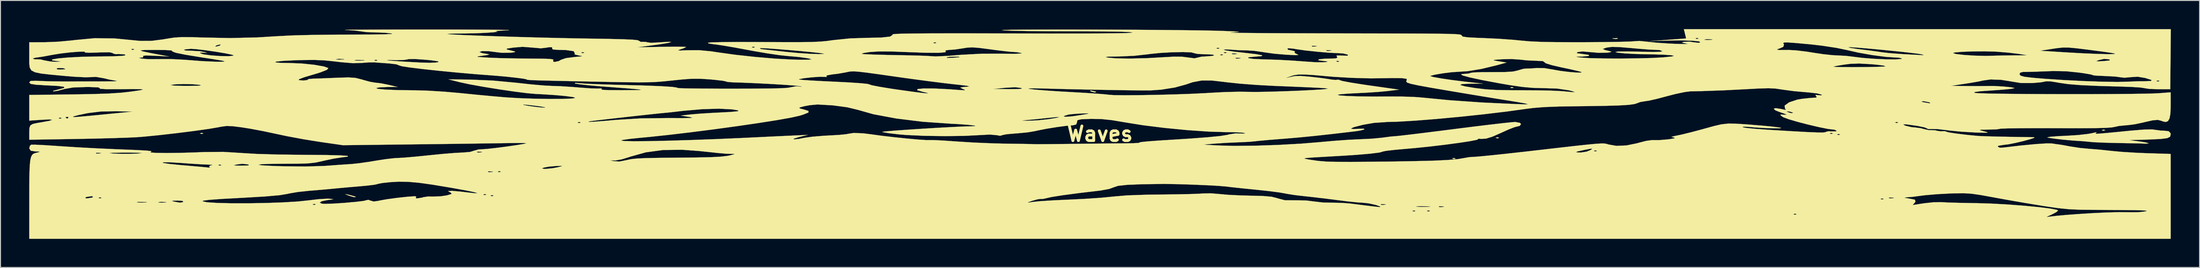
<source format=kicad_pcb>
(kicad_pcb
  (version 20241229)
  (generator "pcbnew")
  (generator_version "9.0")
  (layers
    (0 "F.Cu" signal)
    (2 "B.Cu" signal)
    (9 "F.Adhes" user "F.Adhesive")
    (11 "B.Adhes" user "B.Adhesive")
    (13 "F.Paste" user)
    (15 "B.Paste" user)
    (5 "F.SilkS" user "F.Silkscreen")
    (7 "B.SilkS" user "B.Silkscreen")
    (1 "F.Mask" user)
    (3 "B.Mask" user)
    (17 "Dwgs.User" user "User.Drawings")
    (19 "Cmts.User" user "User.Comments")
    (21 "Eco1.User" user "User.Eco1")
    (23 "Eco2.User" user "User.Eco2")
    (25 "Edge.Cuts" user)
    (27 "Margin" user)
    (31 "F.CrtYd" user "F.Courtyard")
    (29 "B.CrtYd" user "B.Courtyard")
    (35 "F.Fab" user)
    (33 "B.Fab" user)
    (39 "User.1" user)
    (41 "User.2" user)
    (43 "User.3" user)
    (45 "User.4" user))
  (footprint "Waves"
    (layer "F.Cu")
    (at 111.843 10.989)
    (property "Reference" "Waves" (at 0 0 0) (layer "F.SilkS") (effects (font (size 1.524 1.524) (thickness 0.3))))
    (attr through_hole)
    (fp_poly (pts (xy -93.639 -0.057) (xy -93.828 0) (xy -94.018 -0.057) (xy -93.828 -0.114) (xy -93.639 -0.057)) (stroke (width 0.01) (type solid)) (fill yes) (layer "F.SilkS"))
    (fp_poly (pts (xy 37.152 2.574) (xy 36.963 2.632) (xy 36.773 2.574) (xy 36.963 2.517) (xy 37.152 2.574)) (stroke (width 0.01) (type solid)) (fill yes) (layer "F.SilkS"))
    (fp_poly (pts (xy 41.701 0.4) (xy 41.512 0.458) (xy 41.322 0.4) (xy 41.512 0.343) (xy 41.701 0.4)) (stroke (width 0.01) (type solid)) (fill yes) (layer "F.SilkS"))
    (fp_poly (pts (xy 43.218 -4.863) (xy 43.028 -4.805) (xy 42.839 -4.863) (xy 43.028 -4.92) (xy 43.218 -4.863)) (stroke (width 0.01) (type solid)) (fill yes) (layer "F.SilkS"))
    (fp_poly (pts (xy 105.012 -0.4) (xy 104.822 -0.343) (xy 104.633 -0.4) (xy 104.822 -0.458) (xy 105.012 -0.4)) (stroke (width 0.01) (type solid)) (fill yes) (layer "F.SilkS"))
    (fp_poly (pts (xy 54.086 -10.03) (xy 54.034 -9.962) (xy 53.833 -9.954) (xy 53.521 -9.996) (xy 53.58 -10.03) (xy 54.03 -10.044) (xy 54.086 -10.03)) (stroke (width 0.01) (type solid)) (fill yes) (layer "F.SilkS"))
    (fp_poly (pts (xy -0.817 -4.53) (xy -0.413 -4.424) (xy -0.379 -4.398) (xy -0.559 -4.351) (xy -0.934 -4.457) (xy -0.984 -4.48) (xy -1.029 -4.558) (xy -0.817 -4.53)) (stroke (width 0.01) (type solid)) (fill yes) (layer "F.SilkS"))
    (fp_poly (pts (xy -78.655 6.329) (xy -78.38 6.393) (xy -77.855 6.534) (xy -77.716 6.593) (xy -77.901 6.627) (xy -78.405 6.48) (xy -78.523 6.436) (xy -78.851 6.3) (xy -78.655 6.329)) (stroke (width 0.01) (type solid)) (fill yes) (layer "F.SilkS"))
    (fp_poly (pts (xy 110.111 -0.45) (xy 110.776 -0.357) (xy 111.153 -0.343) (xy 111.633 -0.287) (xy 111.821 -0.083) (xy 111.836 0.055) (xy 111.774 0.289) (xy 111.486 0.436) (xy 110.819 0.523) (xy 109.622 0.58) (xy 108.803 0.604) (xy 107.476 0.64) (xy 108.519 0.775) (xy 109.298 0.899) (xy 109.557 0.988) (xy 109.22 1.013) (xy 109.087 1.008) (xy 108.472 0.99) (xy 107.368 0.967) (xy 106.339 0.948) (xy 105.018 0.916) (xy 103.957 0.872) (xy 103.496 0.838) (xy 102.763 0.764) (xy 102.548 0.75) (xy 101.606 0.689) (xy 100.537 0.589) (xy 99.59 0.478) (xy 99.016 0.384) (xy 98.946 0.355) (xy 99.287 0.29) (xy 100.16 0.224) (xy 100.894 0.191) (xy 102.183 0.111) (xy 103.259 -0.013) (xy 103.613 -0.082) (xy 104.065 -0.18) (xy 104.088 -0.134) (xy 104.082 -0.131) (xy 103.965 -0.057) (xy 104.05 -0.025) (xy 104.449 -0.041) (xy 105.277 -0.113) (xy 106.648 -0.247) (xy 107.666 -0.349) (xy 109.03 -0.46) (xy 109.902 -0.478) (xy 110.111 -0.45)) (stroke (width 0.01) (type solid)) (fill yes) (layer "F.SilkS"))
    (fp_poly (pts (xy 111.796 -4.691) (xy 110.521 -4.691) (xy 109.623 -4.72) (xy 109.134 -4.792) (xy 109.119 -4.801) (xy 108.705 -4.866) (xy 107.746 -4.928) (xy 106.528 -4.97) (xy 104.163 -5.039) (xy 102.415 -5.12) (xy 101.141 -5.224) (xy 100.201 -5.359) (xy 100.015 -5.396) (xy 99.271 -5.514) (xy 98.812 -5.516) (xy 98.791 -5.509) (xy 98.305 -5.417) (xy 97.421 -5.337) (xy 97.4 -5.336) (xy 96.19 -5.338) (xy 95.256 -5.492) (xy 94.125 -5.675) (xy 93.031 -5.712) (xy 92.282 -5.609) (xy 91.729 -5.491) (xy 90.788 -5.329) (xy 90.405 -5.27) (xy 88.9 -5.043) (xy 90.606 -5.025) (xy 91.72 -5.019) (xy 92.516 -5.024) (xy 92.677 -5.029) (xy 93.408 -5.027) (xy 94.33 -4.975) (xy 95.138 -4.896) (xy 95.53 -4.814) (xy 95.534 -4.806) (xy 95.194 -4.732) (xy 94.307 -4.642) (xy 93.238 -4.566) (xy 91.953 -4.476) (xy 91.348 -4.393) (xy 91.344 -4.308) (xy 91.361 -4.303) (xy 91.851 -4.266) (xy 92.971 -4.235) (xy 94.595 -4.21) (xy 96.593 -4.191) (xy 98.839 -4.179) (xy 101.206 -4.174) (xy 103.564 -4.176) (xy 105.788 -4.185) (xy 107.749 -4.201) (xy 109.32 -4.225) (xy 110.372 -4.257) (xy 110.604 -4.271) (xy 111.836 -4.366) (xy 111.836 -2.812) (xy 111.808 -2.115) (xy 111.718 -1.631) (xy 111.557 -1.349) (xy 111.315 -1.253) (xy 110.984 -1.329) (xy 110.888 -1.373) (xy 110.516 -1.474) (xy 109.976 -1.434) (xy 109.11 -1.241) (xy 108.957 -1.201) (xy 108.075 -1.014) (xy 107.32 -0.918) (xy 107.219 -0.915) (xy 106.43 -0.839) (xy 106.032 -0.749) (xy 105.663 -0.683) (xy 104.994 -0.638) (xy 103.917 -0.612) (xy 102.318 -0.601) (xy 100.087 -0.605) (xy 99.75 -0.606) (xy 97.763 -0.609) (xy 96.074 -0.601) (xy 94.816 -0.584) (xy 94.117 -0.559) (xy 94.018 -0.543) (xy 93.687 -0.485) (xy 92.882 -0.458) (xy 92.808 -0.458) (xy 92.014 -0.449) (xy 91.886 -0.401) (xy 92.332 -0.279) (xy 92.334 -0.278) (xy 92.722 -0.171) (xy 92.634 -0.129) (xy 91.958 -0.138) (xy 91.364 -0.158) (xy 89.984 -0.239) (xy 88.688 -0.367) (xy 88.431 -0.402) (xy 87.521 -0.507) (xy 86.878 -0.523) (xy 86.82 -0.516) (xy 86.467 -0.522) (xy 86.436 -0.562) (xy 86.132 -0.691) (xy 85.393 -0.843) (xy 85.317 -0.855) (xy 84.302 -0.998) (xy 83.891 -1.011) (xy 84.061 -0.896) (xy 84.161 -0.858) (xy 84.782 -0.713) (xy 85.109 -0.686) (xy 85.732 -0.606) (xy 86.053 -0.516) (xy 86.576 -0.401) (xy 86.832 -0.404) (xy 87.279 -0.381) (xy 87.384 -0.343) (xy 87.838 -0.275) (xy 87.978 -0.291) (xy 88.31 -0.288) (xy 88.331 -0.259) (xy 88.663 -0.163) (xy 89.524 -0.031) (xy 90.719 0.109) (xy 91.743 0.207) (xy 92.459 0.24) (xy 93.817 0.275) (xy 95.698 0.311) (xy 97.572 0.339) (xy 97.59 0.401) (xy 97.159 0.55) (xy 96.451 0.743) (xy 95.638 0.935) (xy 94.895 1.083) (xy 94.392 1.144) (xy 94.386 1.144) (xy 93.851 1.231) (xy 93.765 1.321) (xy 93.99 1.442) (xy 94.365 1.422) (xy 96.201 1.208) (xy 97.752 1.059) (xy 98.882 0.986) (xy 99.44 0.996) (xy 99.973 1.079) (xy 100.084 1.088) (xy 100.499 1.149) (xy 101.243 1.289) (xy 101.277 1.296) (xy 102.359 1.464) (xy 103.32 1.555) (xy 104.404 1.641) (xy 105.606 1.769) (xy 105.661 1.776) (xy 106.754 1.877) (xy 108.234 1.968) (xy 109.4 2.016) (xy 111.836 2.091) (xy 111.836 10.984) (xy -111.836 10.984) (xy -111.836 8.409) (xy 72.409 8.409) (xy 72.599 8.467) (xy 72.788 8.409) (xy 72.599 8.352) (xy 72.409 8.409) (xy -111.836 8.409) (xy -111.836 8.066) (xy 32.603 8.066) (xy 32.793 8.123) (xy 32.982 8.066) (xy 34.119 8.066) (xy 34.309 8.123) (xy 34.499 8.066) (xy 34.309 8.009) (xy 34.119 8.066) (xy 32.982 8.066) (xy 32.793 8.009) (xy 32.603 8.066) (xy -111.836 8.066) (xy -111.836 7.38) (xy -82.266 7.38) (xy -82.076 7.437) (xy -81.887 7.38) (xy -82.076 7.323) (xy -82.266 7.38) (xy -111.836 7.38) (xy -111.836 7.174) (xy -100.605 7.174) (xy -100.084 7.19) (xy -99.806 7.181) (xy -98.403 7.181) (xy -98.03 7.199) (xy -97.538 7.178) (xy -97.533 7.139) (xy -98.04 7.112) (xy -98.259 7.13) (xy -98.403 7.181) (xy -99.806 7.181) (xy -99.545 7.172) (xy -99.61 7.132) (xy -100.386 7.117) (xy -100.557 7.132) (xy -100.605 7.174) (xy -111.836 7.174) (xy -111.836 6.999) (xy -96.932 6.999) (xy -96.81 7.065) (xy -96.672 7.094) (xy -96.131 7.191) (xy -95.886 7.169) (xy -95.724 7.094) (xy -95.784 7.053) (xy -93.755 7.053) (xy -93.251 7.158) (xy -92.164 7.227) (xy -90.66 7.262) (xy -88.903 7.262) (xy -87.06 7.23) (xy -85.295 7.167) (xy -83.774 7.074) (xy -82.748 6.966) (xy -81.646 6.836) (xy -80.73 6.781) (xy -80.474 6.787) (xy -80.074 6.836) (xy -80.348 6.892) (xy -80.654 6.923) (xy -81.283 7.044) (xy -81.502 7.198) (xy -81.252 7.308) (xy -80.968 7.323) (xy -80.027 7.293) (xy -78.878 7.218) (xy -78.289 7.165) (xy -7.529 7.165) (xy -7.49 7.193) (xy -6.98 7.116) (xy -6.233 7.042) (xy -4.98 6.961) (xy -3.468 6.888) (xy -3.189 6.877) (xy -1.518 6.795) (xy 0.071 6.687) (xy 1.255 6.573) (xy 1.327 6.564) (xy 2.825 6.435) (xy 4.953 6.361) (xy 6.445 6.343) (xy 8.093 6.324) (xy 9.508 6.293) (xy 10.479 6.254) (xy 10.734 6.234) (xy 11.573 6.217) (xy 12.44 6.29) (xy 13.387 6.375) (xy 14.736 6.44) (xy 15.699 6.464) (xy 17.08 6.501) (xy 17.938 6.58) (xy 18.507 6.724) (xy 18.585 6.754) (xy 19.313 6.943) (xy 20.278 6.951) (xy 20.302 6.95) (xy 21.535 6.967) (xy 22.23 7.057) (xy 23.27 7.177) (xy 24.148 7.199) (xy 25.325 7.223) (xy 26.158 7.292) (xy 27.585 7.472) (xy 28.47 7.58) (xy 28.967 7.636) (xy 29.233 7.656) (xy 29.286 7.658) (xy 29.272 7.62) (xy 32.959 7.62) (xy 33.483 7.638) (xy 33.74 7.639) (xy 34.43 7.627) (xy 34.511 7.598) (xy 34.43 7.589) (xy 35.383 7.589) (xy 35.435 7.658) (xy 35.636 7.666) (xy 35.948 7.624) (xy 35.889 7.589) (xy 35.439 7.576) (xy 35.383 7.589) (xy 34.43 7.589) (xy 34.404 7.587) (xy 33.442 7.569) (xy 33.077 7.587) (xy 32.959 7.62) (xy 29.272 7.62) (xy 29.264 7.596) (xy 28.812 7.437) (xy 28.471 7.361) (xy 29.317 7.361) (xy 29.369 7.429) (xy 29.57 7.437) (xy 29.882 7.395) (xy 29.823 7.361) (xy 29.373 7.347) (xy 29.317 7.361) (xy 28.471 7.361) (xy 28.052 7.267) (xy 27.462 7.208) (xy 26.803 7.163) (xy 25.736 7.048) (xy 24.903 6.942) (xy 23.853 6.808) (xy 81.507 6.808) (xy 81.697 6.865) (xy 81.887 6.808) (xy 81.697 6.75) (xy 81.507 6.808) (xy 23.853 6.808) (xy 23.47 6.759) (xy 22.743 6.674) (xy 82.392 6.674) (xy 82.444 6.742) (xy 82.645 6.75) (xy 82.957 6.709) (xy 82.91 6.681) (xy 84.026 6.681) (xy 84.486 6.759) (xy 85.126 6.887) (xy 85.182 7.097) (xy 85.138 7.156) (xy 84.897 7.446) (xy 86.065 7.264) (xy 87.053 7.157) (xy 87.869 7.143) (xy 87.911 7.147) (xy 88.601 7.182) (xy 89.811 7.217) (xy 91.303 7.245) (xy 91.608 7.249) (xy 93.134 7.295) (xy 94.825 7.389) (xy 96.516 7.517) (xy 98.044 7.664) (xy 99.246 7.814) (xy 99.959 7.953) (xy 100.084 8.023) (xy 99.892 8.189) (xy 99.465 8.416) (xy 98.847 8.701) (xy 99.939 8.574) (xy 100.872 8.488) (xy 102.247 8.386) (xy 103.685 8.294) (xy 105.17 8.225) (xy 106.492 8.192) (xy 107.348 8.201) (xy 108.372 8.203) (xy 109.054 8.138) (xy 109.324 8.078) (xy 109.288 8.035) (xy 108.858 8.004) (xy 107.945 7.983) (xy 106.46 7.969) (xy 104.314 7.958) (xy 104.064 7.957) (xy 102.407 7.939) (xy 101.17 7.883) (xy 100.016 7.764) (xy 98.607 7.556) (xy 98.378 7.52) (xy 96.639 7.231) (xy 94.74 6.9) (xy 93.26 6.629) (xy 91.958 6.392) (xy 91.03 6.259) (xy 90.221 6.21) (xy 89.275 6.22) (xy 88.793 6.237) (xy 87.422 6.311) (xy 86.201 6.416) (xy 85.76 6.472) (xy 84.835 6.593) (xy 84.161 6.643) (xy 84.026 6.681) (xy 82.91 6.681) (xy 82.898 6.674) (xy 82.448 6.66) (xy 82.392 6.674) (xy 22.743 6.674) (xy 22.033 6.592) (xy 21.419 6.527) (xy 20.317 6.398) (xy 19.469 6.262) (xy 19.334 6.231) (xy 18.694 6.121) (xy 17.576 5.978) (xy 16.301 5.841) (xy 14.925 5.702) (xy 13.752 5.576) (xy 13.079 5.497) (xy 12.319 5.434) (xy 11.06 5.367) (xy 9.557 5.304) (xy 8.069 5.258) (xy 6.853 5.237) (xy 6.634 5.237) (xy 4.406 5.267) (xy 2.855 5.33) (xy 1.905 5.431) (xy 1.487 5.569) (xy 0.958 5.763) (xy 0.042 5.929) (xy -0.06 5.941) (xy -2.169 6.191) (xy -3.864 6.416) (xy -5.035 6.601) (xy -5.534 6.714) (xy -5.981 6.813) (xy -6.137 6.805) (xy -6.487 6.839) (xy -7.047 6.995) (xy -7.529 7.165) (xy -78.289 7.165) (xy -77.761 7.118) (xy -76.914 7.016) (xy -76.573 6.931) (xy -76.573 6.931) (xy -76.417 6.901) (xy -76.223 6.972) (xy -75.865 7.077) (xy -75.385 7.011) (xy -75.237 6.975) (xy -74.495 6.841) (xy -73.404 6.693) (xy -72.302 6.574) (xy -71.534 6.523) (xy -71.396 6.593) (xy -71.461 6.636) (xy -71.444 6.742) (xy -71.316 6.75) (xy -70.786 6.666) (xy -70.683 6.626) (xy -70.152 6.547) (xy -69.737 6.556) (xy -68.91 6.536) (xy -68.406 6.464) (xy -63.69 6.464) (xy -63.5 6.522) (xy -63.31 6.464) (xy -63.5 6.407) (xy -63.69 6.464) (xy -68.406 6.464) (xy -68.245 6.441) (xy -67.932 6.35) (xy -64.448 6.35) (xy -64.258 6.407) (xy -64.069 6.35) (xy -64.258 6.293) (xy -64.448 6.35) (xy -67.932 6.35) (xy -67.713 6.286) (xy -67.811 6.141) (xy -67.888 6.111) (xy -68.098 5.976) (xy -67.67 5.958) (xy -66.616 6.058) (xy -66.128 6.117) (xy -65.256 6.212) (xy -65.005 6.204) (xy -65.337 6.103) (xy -66.217 5.92) (xy -67.607 5.666) (xy -67.785 5.635) (xy -69.701 5.315) (xy -71.151 5.112) (xy -72.289 5.012) (xy -73.271 5) (xy -74.098 5.047) (xy -74.973 5.141) (xy -75.425 5.229) (xy -75.442 5.243) (xy -75.773 5.319) (xy -76.619 5.42) (xy -77.243 5.477) (xy -78.528 5.588) (xy -79.66 5.692) (xy -79.991 5.725) (xy -80.969 5.817) (xy -82.228 5.923) (xy -82.57 5.95) (xy -83.749 6.076) (xy -84.697 6.235) (xy -84.885 6.282) (xy -85.69 6.416) (xy -87.225 6.551) (xy -89.503 6.686) (xy -89.753 6.699) (xy -91.723 6.807) (xy -93.002 6.9) (xy -93.651 6.984) (xy -93.755 7.053) (xy -95.784 7.053) (xy -95.85 7.007) (xy -96.365 6.981) (xy -96.932 6.999) (xy -111.836 6.999) (xy -111.836 6.636) (xy -105.96 6.636) (xy -105.942 6.742) (xy -105.815 6.75) (xy -105.448 6.693) (xy -104.633 6.693) (xy -104.443 6.75) (xy -104.254 6.693) (xy -104.443 6.636) (xy -104.633 6.693) (xy -105.448 6.693) (xy -105.279 6.667) (xy -105.201 6.636) (xy -105.219 6.53) (xy -105.346 6.522) (xy -105.882 6.605) (xy -105.96 6.636) (xy -111.836 6.636) (xy -111.836 6.563) (xy -111.834 5.435) (xy -111.825 4.515) (xy -111.811 3.928) (xy -63.942 3.928) (xy -63.89 3.996) (xy -63.69 4.005) (xy -63.378 3.963) (xy -63.404 3.947) (xy -62.931 3.947) (xy -62.742 4.005) (xy -62.552 3.947) (xy -62.742 3.89) (xy -62.931 3.947) (xy -63.404 3.947) (xy -63.437 3.928) (xy -63.887 3.915) (xy -63.942 3.928) (xy -111.811 3.928) (xy -111.807 3.78) (xy -111.798 3.615) (xy -58.299 3.615) (xy -58.009 3.661) (xy -57.962 3.661) (xy -57.225 3.595) (xy -56.654 3.491) (xy -56.158 3.367) (xy -56.306 3.339) (xy -56.776 3.355) (xy -57.515 3.419) (xy -58.078 3.52) (xy -58.299 3.615) (xy -111.798 3.615) (xy -111.777 3.208) (xy -111.75 2.966) (xy -97.893 2.966) (xy -97.87 3.034) (xy -97.127 3.148) (xy -96.013 3.258) (xy -94.779 3.365) (xy -93.832 3.45) (xy -93.449 3.486) (xy -92.958 3.532) (xy -92.987 3.474) (xy -93.05 3.442) (xy -92.97 3.314) (xy -92.788 3.28) (xy -92.755 3.261) (xy -92.122 3.261) (xy -91.933 3.318) (xy -91.786 3.274) (xy -90.49 3.274) (xy -90.262 3.308) (xy -89.677 3.315) (xy -88.948 3.295) (xy -88.895 3.22) (xy -88.977 3.192) (xy -89.575 3.126) (xy -90.096 3.188) (xy -90.49 3.274) (xy -91.786 3.274) (xy -91.743 3.261) (xy -91.933 3.204) (xy -92.122 3.261) (xy -92.755 3.261) (xy -92.704 3.231) (xy -93.082 3.213) (xy -93.882 3.179) (xy -95.08 3.104) (xy -95.841 3.048) (xy -97.211 2.964) (xy -97.893 2.966) (xy -111.75 2.966) (xy -111.73 2.777) (xy -111.665 2.467) (xy -111.577 2.254) (xy -111.464 2.117) (xy -111.322 2.035) (xy -111.172 1.99) (xy -111.146 1.983) (xy -104.886 1.983) (xy -104.834 2.051) (xy -104.633 2.059) (xy -104.321 2.018) (xy -104.352 2) (xy -103.473 2) (xy -103.133 2.046) (xy -103.121 2.047) (xy -102.295 2.083) (xy -101.321 2.082) (xy -100.489 2.052) (xy -100.089 1.997) (xy -100.084 1.989) (xy -100.426 1.967) (xy -101.304 1.956) (xy -102.074 1.956) (xy -103.133 1.971) (xy -103.473 2) (xy -104.352 2) (xy -104.38 1.983) (xy -104.83 1.969) (xy -104.886 1.983) (xy -111.146 1.983) (xy -110.716 1.873) (xy -110.876 1.838) (xy -111.172 1.834) (xy -111.686 1.754) (xy -111.836 1.506) (xy -111.775 1.252) (xy -111.645 1.125) (xy -111.212 1.123) (xy -110.243 1.17) (xy -108.933 1.257) (xy -108.707 1.274) (xy -107.026 1.384) (xy -104.959 1.497) (xy -102.877 1.592) (xy -102.27 1.616) (xy -100.558 1.685) (xy -99.518 1.746) (xy -99.066 1.805) (xy -99.117 1.869) (xy -99.15 1.877) (xy -99.154 1.942) (xy -98.552 1.981) (xy -97.492 1.994) (xy -96.121 1.979) (xy -94.585 1.936) (xy -93.581 1.893) (xy -91.551 1.877) (xy -89.761 1.988) (xy -88.119 2.087) (xy -85.871 2.154) (xy -83.164 2.185) (xy -83.09 2.186) (xy -80.83 2.205) (xy -79.324 2.242) (xy -78.569 2.298) (xy -78.564 2.373) (xy -79.235 2.46) (xy -80.019 2.58) (xy -80.979 2.784) (xy -81.163 2.829) (xy -81.922 2.995) (xy -82.722 3.084) (xy -83.833 3.117) (xy -84.857 3.12) (xy -86.546 3.13) (xy -87.572 3.167) (xy -87.916 3.22) (xy -87.555 3.283) (xy -86.471 3.345) (xy -85.483 3.379) (xy -83.008 3.409) (xy -81.042 3.351) (xy -80.767 3.332) (xy -79.529 3.24) (xy -78.474 3.168) (xy -78.205 3.152) (xy -77.387 3.066) (xy -76.267 2.905) (xy -75.708 2.811) (xy -75.348 2.754) (xy -51.176 2.754) (xy -50.908 2.825) (xy -50.806 2.846) (xy -50.199 2.889) (xy -49.468 2.745) (xy -49.45 2.739) (xy -49.008 2.641) (xy -48.4 2.573) (xy -47.479 2.529) (xy -46.096 2.501) (xy -44.127 2.483) (xy -42.069 2.462) (xy -40.621 2.43) (xy -39.633 2.378) (xy -38.958 2.301) (xy -38.659 2.244) (xy -38.178 2.118) (xy -38.233 2.083) (xy -38.29 2.087) (xy -38.967 2.076) (xy -39.999 1.987) (xy -40.434 1.936) (xy -41.885 1.784) (xy -43.434 1.67) (xy -43.69 1.657) (xy -45.629 1.68) (xy -47.441 1.925) (xy -49.086 2.386) (xy -49.197 2.427) (xy -49.961 2.662) (xy -50.626 2.775) (xy -50.802 2.775) (xy -51.176 2.754) (xy -75.348 2.754) (xy -74.61 2.639) (xy -73.685 2.533) (xy -73.369 2.517) (xy -72.69 2.48) (xy -71.543 2.381) (xy -70.166 2.242) (xy -70.063 2.231) (xy -68.64 2.089) (xy -67.391 1.987) (xy -66.575 1.945) (xy -66.551 1.945) (xy -65.774 1.88) (xy -65.741 1.869) (xy -65.08 1.869) (xy -65.028 1.937) (xy -64.827 1.945) (xy -64.515 1.903) (xy -64.574 1.869) (xy -65.024 1.855) (xy -65.08 1.869) (xy -65.741 1.869) (xy -65.448 1.773) (xy -64.93 1.627) (xy -64.534 1.602) (xy -63.932 1.558) (xy -62.964 1.448) (xy -61.854 1.302) (xy -60.826 1.151) (xy -60.608 1.113) (xy 10.804 1.113) (xy 12.278 1.202) (xy 14.001 1.249) (xy 16.191 1.229) (xy 18.601 1.148) (xy 20.982 1.016) (xy 22.85 0.863) (xy 24.439 0.721) (xy 25.952 0.611) (xy 27.087 0.555) (xy 27.17 0.553) (xy 28.41 0.494) (xy 29.489 0.389) (xy 29.57 0.377) (xy 30.386 0.268) (xy 30.871 0.23) (xy 31.322 0.186) (xy 32.346 0.068) (xy 33.818 -0.112) (xy 35.614 -0.337) (xy 37.005 -0.515) (xy 38.977 -0.764) (xy 40.734 -0.978) (xy 42.145 -1.141) (xy 43.082 -1.238) (xy 43.381 -1.259) (xy 43.873 -1.163) (xy 43.976 -1.03) (xy 43.838 -0.844) (xy 43.647 -0.801) (xy 43.298 -0.711) (xy 42.687 -0.474) (xy 41.943 -0.139) (xy 41.88 -0.109) (xy 40.997 0.281) (xy 40.347 0.483) (xy 39.864 0.515) (xy 39.852 0.514) (xy 39.479 0.493) (xy 39.528 0.526) (xy 39.37 0.614) (xy 38.643 0.756) (xy 37.493 0.933) (xy 36.066 1.124) (xy 34.508 1.31) (xy 32.967 1.47) (xy 32.129 1.544) (xy 30.863 1.657) (xy 29.949 1.76) (xy 29.572 1.831) (xy 29.57 1.834) (xy 29.212 1.943) (xy 28.208 2.068) (xy 26.669 2.198) (xy 25.21 2.291) (xy 23.397 2.395) (xy 22.218 2.465) (xy 21.569 2.514) (xy 21.343 2.554) (xy 21.432 2.599) (xy 21.729 2.659) (xy 21.856 2.685) (xy 22.788 2.821) (xy 23.712 2.897) (xy 24.652 2.919) (xy 26.161 2.924) (xy 28.049 2.914) (xy 30.129 2.892) (xy 32.212 2.859) (xy 34.109 2.817) (xy 35.053 2.789) (xy 36.357 2.723) (xy 37.391 2.632) (xy 37.829 2.558) (xy 38.595 2.424) (xy 38.996 2.403) (xy 39.563 2.363) (xy 40.697 2.254) (xy 42.256 2.09) (xy 43.788 1.92) (xy 49.727 1.92) (xy 50.201 1.945) (xy 50.218 1.945) (xy 50.816 1.854) (xy 51.025 1.773) (xy 51.558 1.773) (xy 51.748 1.831) (xy 51.937 1.773) (xy 51.748 1.716) (xy 51.558 1.773) (xy 51.025 1.773) (xy 51.194 1.708) (xy 51.444 1.552) (xy 51.295 1.541) (xy 50.638 1.664) (xy 49.862 1.834) (xy 49.727 1.92) (xy 43.788 1.92) (xy 44.103 1.886) (xy 45.129 1.768) (xy 47.603 1.482) (xy 49.464 1.27) (xy 50.808 1.124) (xy 51.729 1.035) (xy 52.324 0.996) (xy 52.688 0.999) (xy 52.915 1.035) (xy 53.101 1.097) (xy 53.939 1.245) (xy 54.992 1.201) (xy 56.113 0.971) (xy 56.27 0.924) (xy 57.042 0.725) (xy 57.668 0.639) (xy 57.792 0.643) (xy 58.445 0.641) (xy 59.359 0.563) (xy 60.035 0.454) (xy 59.98 0.377) (xy 59.936 0.372) (xy 59.683 0.301) (xy 60.107 0.197) (xy 60.177 0.185) (xy 60.775 0.057) (xy 76.958 0.057) (xy 77.148 0.114) (xy 77.337 0.057) (xy 77.148 0) (xy 76.958 0.057) (xy 60.775 0.057) (xy 60.822 0.047) (xy 61.243 -0.057) (xy 76.2 -0.057) (xy 76.39 0) (xy 76.579 -0.057) (xy 76.39 -0.114) (xy 76.2 -0.057) (xy 61.243 -0.057) (xy 61.816 -0.199) (xy 62.961 -0.505) (xy 63.137 -0.554) (xy 64.156 -0.837) (xy 64.911 -1.011) (xy 65.61 -1.088) (xy 66.461 -1.079) (xy 67.672 -0.997) (xy 69.073 -0.882) (xy 70.18 -0.777) (xy 70.969 -0.677) (xy 71.158 -0.638) (xy 71.028 -0.595) (xy 70.387 -0.593) (xy 69.467 -0.623) (xy 68.498 -0.678) (xy 67.765 -0.745) (xy 67.223 -0.764) (xy 67.101 -0.715) (xy 67.445 -0.643) (xy 68.357 -0.548) (xy 69.66 -0.449) (xy 70.04 -0.424) (xy 72.276 -0.29) (xy 73.871 -0.202) (xy 74.923 -0.159) (xy 75.53 -0.155) (xy 75.79 -0.188) (xy 75.821 -0.22) (xy 76.098 -0.287) (xy 76.39 -0.27) (xy 76.876 -0.275) (xy 76.958 -0.331) (xy 76.718 -0.452) (xy 76.617 -0.458) (xy 76.028 -0.531) (xy 75.086 -0.722) (xy 73.969 -0.985) (xy 73.138 -1.201) (xy 83.024 -1.201) (xy 83.213 -1.144) (xy 83.403 -1.201) (xy 83.213 -1.259) (xy 83.024 -1.201) (xy 73.138 -1.201) (xy 72.858 -1.274) (xy 71.934 -1.546) (xy 71.377 -1.754) (xy 71.329 -1.781) (xy 71.057 -1.989) (xy 71.176 -2.043) (xy 71.513 -2.012) (xy 71.74 -2.022) (xy 71.399 -2.164) (xy 71.153 -2.241) (xy 70.818 -2.37) (xy 71.712 -2.37) (xy 71.804 -2.306) (xy 72.186 -2.183) (xy 72.405 -2.208) (xy 72.409 -2.224) (xy 72.14 -2.321) (xy 71.971 -2.356) (xy 71.712 -2.37) (xy 70.818 -2.37) (xy 70.576 -2.463) (xy 70.377 -2.634) (xy 70.551 -2.706) (xy 71.094 -2.63) (xy 71.187 -2.608) (xy 71.619 -2.521) (xy 71.612 -2.604) (xy 71.555 -2.652) (xy 71.514 -2.973) (xy 71.991 -3.317) (xy 72.2 -3.386) (xy 85.79 -3.386) (xy 86.057 -3.318) (xy 86.662 -3.215) (xy 86.742 -3.254) (xy 86.625 -3.318) (xy 86.072 -3.427) (xy 85.94 -3.431) (xy 85.79 -3.386) (xy 72.2 -3.386) (xy 72.836 -3.597) (xy 73.34 -3.684) (xy 74.208 -3.777) (xy 74.748 -3.805) (xy 74.765 -3.804) (xy 74.883 -3.867) (xy 74.795 -3.967) (xy 74.735 -4.095) (xy 75.047 -4.065) (xy 75.399 -4.043) (xy 75.368 -4.128) (xy 74.916 -4.25) (xy 74.012 -4.356) (xy 73.762 -4.374) (xy 72.478 -4.489) (xy 71.309 -4.646) (xy 71.247 -4.656) (xy 70.55 -4.759) (xy 69.827 -4.794) (xy 68.816 -4.765) (xy 67.78 -4.708) (xy 65.183 -4.574) (xy 62.826 -4.49) (xy 61.683 -4.469) (xy 61.068 -4.391) (xy 60.133 -4.194) (xy 59.18 -3.947) (xy 58.186 -3.683) (xy 57.374 -3.498) (xy 56.94 -3.432) (xy 56.417 -3.345) (xy 56.202 -3.259) (xy 55.855 -3.14) (xy 55.246 -3.052) (xy 54.258 -2.991) (xy 52.773 -2.947) (xy 50.676 -2.916) (xy 50.069 -2.91) (xy 47.964 -2.877) (xy 46.426 -2.819) (xy 45.262 -2.727) (xy 44.572 -2.638) (xy 42.472 -2.349) (xy 40.088 -2.064) (xy 37.587 -1.799) (xy 35.139 -1.57) (xy 32.913 -1.394) (xy 31.076 -1.285) (xy 30.042 -1.259) (xy 28.616 -1.162) (xy 27.46 -0.959) (xy 26.53 -0.718) (xy 26.193 -0.566) (xy 26.468 -0.516) (xy 26.916 -0.539) (xy 27.552 -0.553) (xy 27.625 -0.477) (xy 27.183 -0.357) (xy 26.632 -0.275) (xy 24.25 0.004) (xy 22.361 0.211) (xy 20.764 0.368) (xy 19.258 0.496) (xy 18.959 0.519) (xy 17.654 0.624) (xy 16.64 0.716) (xy 16.154 0.771) (xy 15.571 0.824) (xy 14.596 0.87) (xy 14.444 0.875) (xy 13.14 0.933) (xy 11.942 1.014) (xy 10.804 1.113) (xy -60.608 1.113) (xy -60.104 1.026) (xy -59.899 0.965) (xy -60.244 0.949) (xy -61.152 0.949) (xy -62.426 0.964) (xy -62.457 0.965) (xy -63.686 0.984) (xy -65.489 1.009) (xy -67.686 1.039) (xy -70.094 1.069) (xy -72.047 1.093) (xy -79.078 1.178) (xy -81.525 0.823) (xy -82.383 0.684) (xy -50.042 0.684) (xy -49.684 0.74) (xy -48.678 0.761) (xy -47.122 0.749) (xy -45.116 0.706) (xy -42.758 0.635) (xy -40.148 0.539) (xy -37.385 0.419) (xy -36.015 0.353) (xy -34.443 0.276) (xy -32.848 0.201) (xy -32.224 0.172) (xy -30.518 0.096) (xy -31.466 0.332) (xy -32.003 0.501) (xy -31.959 0.568) (xy -31.45 0.518) (xy -30.875 0.404) (xy -30.058 0.287) (xy -28.861 0.188) (xy -28.33 0.16) (xy -27.228 0.097) (xy -26.479 0.021) (xy -26.317 -0.015) (xy -25.719 -0.107) (xy -24.709 -0.066) (xy -23.829 0.045) (xy -22.801 0.187) (xy -21.51 0.337) (xy -20.163 0.477) (xy -18.966 0.585) (xy -18.125 0.64) (xy -17.863 0.638) (xy -17.379 0.638) (xy -16.375 0.689) (xy -15.059 0.78) (xy -14.949 0.788) (xy -13.102 0.903) (xy -11.052 0.987) (xy -9.676 1.018) (xy -8.357 1.034) (xy -7.384 1.051) (xy -6.959 1.066) (xy -6.955 1.066) (xy -6.569 1.072) (xy -5.593 1.067) (xy -4.191 1.053) (xy -3.155 1.041) (xy -1.281 1.018) (xy 0.556 0.998) (xy 2.059 0.985) (xy 2.523 0.982) (xy 3.541 0.965) (xy 4.088 0.931) (xy 4.102 0.902) (xy 4.264 0.85) (xy 5.024 0.773) (xy 6.234 0.684) (xy 6.696 0.655) (xy 9.314 0.49) (xy 11.247 0.344) (xy 12.563 0.213) (xy 13.331 0.09) (xy 13.505 0.04) (xy 14.17 -0.061) (xy 14.547 -0.047) (xy 15.064 -0.038) (xy 15.164 -0.086) (xy 14.822 -0.148) (xy 13.944 -0.186) (xy 13.174 -0.193) (xy 11.342 -0.249) (xy 9.117 -0.404) (xy 6.746 -0.635) (xy 4.472 -0.919) (xy 2.643 -1.213) (xy 1.231 -1.451) (xy 0.134 -1.565) (xy -0.909 -1.583) (xy -0.997 -1.581) (xy -1.947 -1.541) (xy -2.345 -1.451) (xy -2.399 -1.258) (xy -2.393 -1.23) (xy -2.486 -0.993) (xy -2.787 -0.915) (xy -3.472 -0.859) (xy -4.513 -0.719) (xy -5.632 -0.537) (xy -6.553 -0.355) (xy -6.774 -0.301) (xy -7.554 -0.169) (xy -8.654 -0.064) (xy -8.814 -0.054) (xy -9.726 0.024) (xy -10.211 0.118) (xy -10.236 0.141) (xy -10.446 0.188) (xy -10.739 0.131) (xy -11.498 0.062) (xy -12.537 0.117) (xy -14.157 0.2) (xy -16.186 0.225) (xy -18.301 0.195) (xy -20.181 0.111) (xy -20.973 0.046) (xy -21.994 -0.074) (xy -22.635 -0.18) (xy -22.746 -0.22) (xy -22.401 -0.27) (xy -21.48 -0.348) (xy -20.154 -0.444) (xy -18.594 -0.546) (xy -16.971 -0.645) (xy -15.457 -0.728) (xy -14.222 -0.785) (xy -13.458 -0.806) (xy -12.99 -0.83) (xy -13.137 -0.886) (xy -13.77 -0.959) (xy -14.763 -1.033) (xy -15.543 -1.073) (xy -18.512 -1.28) (xy -19.582 -1.412) (xy -8.17 -1.412) (xy -7.856 -1.392) (xy -7.546 -1.386) (xy -6.513 -1.429) (xy -5.389 -1.55) (xy -5.366 -1.553) (xy -4.444 -1.707) (xy -4.223 -1.779) (xy -4.684 -1.759) (xy -5.592 -1.665) (xy -6.713 -1.545) (xy -7.649 -1.459) (xy -7.772 -1.45) (xy -8.17 -1.412) (xy -19.582 -1.412) (xy -21.282 -1.622) (xy -22.615 -1.872) (xy -3.797 -1.872) (xy -3.665 -1.803) (xy -3.036 -1.836) (xy -2.559 -1.899) (xy -1.714 -2.033) (xy -1.22 -2.118) (xy -1.189 -2.125) (xy -1.275 -2.161) (xy -1.815 -2.152) (xy -2.534 -2.112) (xy -3.151 -2.053) (xy -3.317 -2.025) (xy -3.797 -1.872) (xy -22.615 -1.872) (xy -23.669 -2.07) (xy -25.33 -2.54) (xy -26.415 -2.8) (xy -27.887 -2.997) (xy -29.374 -3.084) (xy -29.57 -3.085) (xy -30.3 -3.017) (xy -30.897 -2.907) (xy -31.411 -2.767) (xy -31.327 -2.665) (xy -30.992 -2.583) (xy -30.448 -2.418) (xy -30.449 -2.247) (xy -31.029 -2.018) (xy -31.402 -1.906) (xy -32.315 -1.703) (xy -33.803 -1.439) (xy -35.729 -1.136) (xy -37.955 -0.811) (xy -40.344 -0.484) (xy -42.759 -0.175) (xy -45.062 0.099) (xy -47.115 0.317) (xy -47.93 0.393) (xy -49.065 0.509) (xy -49.832 0.62) (xy -50.042 0.684) (xy -82.383 0.684) (xy -83.182 0.555) (xy -84.933 0.228) (xy -86.057 -0.011) (xy -87.386 -0.295) (xy -88.733 -0.549) (xy -89.638 -0.694) (xy -90.611 -0.816) (xy -91.227 -0.837) (xy -91.81 -0.758) (xy -92.102 -0.699) (xy -93.135 -0.524) (xy -94.656 -0.31) (xy -96.43 -0.086) (xy -98.221 0.119) (xy -99.794 0.276) (xy -100.531 0.335) (xy -101.551 0.384) (xy -103.115 0.436) (xy -105.009 0.485) (xy -107.002 0.524) (xy -111.836 0.603) (xy -111.836 -0.21) (xy -111.818 -0.637) (xy -111.72 -0.896) (xy -111.473 -1.047) (xy -111.008 -1.152) (xy -110.723 -1.198) (xy -110.702 -1.201) (xy -54.591 -1.201) (xy -54.401 -1.144) (xy -54.212 -1.201) (xy -54.401 -1.259) (xy -54.591 -1.201) (xy -110.702 -1.201) (xy -110.083 -1.313) (xy -53.401 -1.313) (xy -53.397 -1.263) (xy -52.796 -1.287) (xy -51.552 -1.385) (xy -50.531 -1.476) (xy -47.981 -1.635) (xy -45.113 -1.669) (xy -43.635 -1.662) (xy -42.818 -1.672) (xy -42.568 -1.705) (xy -42.789 -1.765) (xy -42.917 -1.787) (xy -43.787 -1.928) (xy -42.804 -2.041) (xy -41.829 -2.126) (xy -40.519 -2.209) (xy -39.961 -2.236) (xy -38.53 -2.311) (xy -37.812 -2.384) (xy -37.764 -2.466) (xy -38.339 -2.566) (xy -38.443 -2.579) (xy -39.802 -2.649) (xy -41.559 -2.596) (xy -43.488 -2.429) (xy -43.787 -2.394) (xy -44.694 -2.287) (xy -45.297 -2.225) (xy -45.303 -2.225) (xy -45.922 -2.166) (xy -47.008 -2.051) (xy -48.384 -1.901) (xy -49.872 -1.734) (xy -51.293 -1.572) (xy -52.469 -1.434) (xy -53.223 -1.34) (xy -53.401 -1.313) (xy -110.083 -1.313) (xy -109.747 -1.373) (xy -109.424 -1.486) (xy -109.764 -1.522) (xy -110.512 -1.487) (xy -111.836 -1.397) (xy -111.836 -1.659) (xy -108.803 -1.659) (xy -108.613 -1.602) (xy -108.424 -1.659) (xy -108.613 -1.716) (xy -108.045 -1.716) (xy -107.906 -1.622) (xy -107.792 -1.64) (xy -107.747 -1.776) (xy -107.792 -1.792) (xy -108.017 -1.777) (xy -108.045 -1.716) (xy -108.613 -1.716) (xy -108.803 -1.659) (xy -111.836 -1.659) (xy -111.836 -1.81) (xy -107.271 -1.81) (xy -107.23 -1.779) (xy -107.011 -1.777) (xy -106.493 -1.815) (xy -105.555 -1.9) (xy -104.078 -2.044) (xy -103.116 -2.139) (xy -101.031 -2.345) (xy -102.778 -2.38) (xy -104.321 -2.357) (xy -105.644 -2.196) (xy -105.889 -2.151) (xy -106.732 -1.973) (xy -107.222 -1.838) (xy -107.271 -1.81) (xy -111.836 -1.81) (xy -111.836 -3.085) (xy -60.226 -3.085) (xy -60.224 -3.044) (xy -59.755 -2.955) (xy -59.057 -2.854) (xy -58.37 -2.776) (xy -58.003 -2.754) (xy -57.931 -2.792) (xy -58.444 -2.885) (xy -58.71 -2.922) (xy -59.61 -3.031) (xy -60.181 -3.084) (xy -60.226 -3.085) (xy -111.836 -3.085) (xy -111.836 -4.091) (xy -107.381 -4.146) (xy -105.144 -4.184) (xy -103.485 -4.241) (xy -102.226 -4.324) (xy -101.221 -4.438) (xy -100.297 -4.574) (xy -99.938 -4.657) (xy -100.195 -4.698) (xy -101.115 -4.706) (xy -102.499 -4.693) (xy -103.82 -4.694) (xy -104.437 -4.736) (xy -104.466 -4.794) (xy -104.607 -4.88) (xy -105.484 -4.918) (xy -105.879 -4.92) (xy -107.268 -4.871) (xy -108.168 -4.712) (xy -108.234 -4.691) (xy -108.884 -4.52) (xy -109.325 -4.462) (xy -109.361 -4.515) (xy -108.887 -4.64) (xy -108.21 -4.817) (xy -108.178 -4.942) (xy -108.832 -5.031) (xy -109.94 -5.091) (xy -110.453 -5.12) (xy -97.05 -5.12) (xy -96.71 -5.071) (xy -95.846 -5.041) (xy -95.25 -5.038) (xy -94.213 -5.052) (xy -93.873 -5.093) (xy -94.059 -5.149) (xy -94.758 -5.212) (xy -95.683 -5.23) (xy -96.536 -5.207) (xy -97.021 -5.144) (xy -97.05 -5.12) (xy -110.453 -5.12) (xy -111.096 -5.156) (xy -111.669 -5.243) (xy -111.835 -5.381) (xy -111.836 -5.397) (xy -111.706 -5.554) (xy -111.174 -5.579) (xy -110.793 -5.558) (xy -109.81 -5.522) (xy -108.455 -5.501) (xy -107.666 -5.5) (xy -106.082 -5.504) (xy -104.479 -5.507) (xy -103.875 -5.507) (xy -102.993 -5.519) (xy -102.646 -5.549) (xy -102.737 -5.571) (xy -103.446 -5.695) (xy -104.07 -5.844) (xy -104.867 -5.98) (xy -105.337 -5.96) (xy -105.974 -5.94) (xy -107.1 -5.996) (xy -108.093 -6.077) (xy -109.552 -6.213) (xy -110.574 -6.329) (xy -111.236 -6.465) (xy -111.615 -6.663) (xy -111.734 -6.867) (xy -108.989 -6.867) (xy -108.906 -6.767) (xy -108.636 -6.75) (xy -108.116 -6.777) (xy -108.045 -6.801) (xy -108.323 -6.908) (xy -108.822 -6.91) (xy -108.989 -6.867) (xy -111.734 -6.867) (xy -111.79 -6.964) (xy -111.838 -7.41) (xy -111.838 -7.508) (xy -86.165 -7.508) (xy -85.637 -7.454) (xy -84.67 -7.437) (xy -83.375 -7.385) (xy -82.086 -7.253) (xy -81.064 -7.075) (xy -80.593 -6.907) (xy -80.739 -6.725) (xy -81.447 -6.445) (xy -82.08 -6.252) (xy -83.144 -5.935) (xy -83.662 -5.738) (xy -83.676 -5.636) (xy -83.227 -5.606) (xy -83.191 -5.606) (xy -82.768 -5.649) (xy -82.776 -5.692) (xy -82.605 -5.767) (xy -82.135 -5.798) (xy -81.254 -5.827) (xy -80.035 -5.876) (xy -79.612 -5.894) (xy -78.486 -5.927) (xy -77.764 -5.876) (xy -77.113 -5.715) (xy -76.987 -5.674) (xy -76.265 -5.475) (xy -75.708 -5.377) (xy -75.66 -5.375) (xy -75.096 -5.308) (xy -74.311 -5.15) (xy -74.304 -5.149) (xy -73.357 -4.925) (xy -74.377 -4.922) (xy -75.205 -4.887) (xy -75.603 -4.819) (xy -75.439 -4.73) (xy -74.655 -4.654) (xy -73.388 -4.6) (xy -71.775 -4.577) (xy -71.537 -4.577) (xy -70.18 -4.537) (xy -68.49 -4.432) (xy -66.879 -4.291) (xy -65.188 -4.121) (xy -63.449 -3.957) (xy -62.112 -3.841) (xy -60.763 -3.758) (xy -59.203 -3.701) (xy -57.629 -3.673) (xy -56.236 -3.676) (xy -55.221 -3.71) (xy -54.792 -3.77) (xy -54.986 -3.859) (xy -55.745 -3.966) (xy -56.886 -4.072) (xy -58.225 -4.16) (xy -58.885 -4.19) (xy -59.82 -4.272) (xy -61.188 -4.446) (xy -62.783 -4.68) (xy -64.403 -4.944) (xy -65.841 -5.204) (xy -66.895 -5.431) (xy -66.912 -5.435) (xy -68.049 -5.723) (xy -65.775 -5.698) (xy -63.423 -5.598) (xy -60.891 -5.36) (xy -60.846 -5.354) (xy -59.41 -5.197) (xy -58.124 -5.083) (xy -57.252 -5.035) (xy -57.21 -5.035) (xy -56.259 -5.001) (xy -54.986 -4.917) (xy -54.397 -4.868) (xy -53.272 -4.785) (xy -52.435 -4.757) (xy -52.193 -4.771) (xy -52.005 -4.765) (xy -52.091 -4.709) (xy -52.007 -4.635) (xy -51.329 -4.596) (xy -49.982 -4.587) (xy -49.78 -4.588) (xy -48.683 -4.595) (xy -48.046 -4.608) (xy -47.918 -4.638) (xy -48.352 -4.692) (xy -49.397 -4.781) (xy -51.106 -4.912) (xy -52.036 -4.982) (xy -53.352 -5.095) (xy -54.359 -5.207) (xy -54.844 -5.294) (xy -54.847 -5.296) (xy -54.819 -5.362) (xy -54.369 -5.319) (xy -53.684 -5.268) (xy -52.453 -5.214) (xy -50.888 -5.164) (xy -50.042 -5.143) (xy -47.665 -5.08) (xy -45.85 -5.009) (xy -44.656 -4.932) (xy -44.139 -4.853) (xy -44.139 -4.819) (xy -43.835 -4.794) (xy -42.897 -4.772) (xy -41.451 -4.757) (xy -39.62 -4.748) (xy -38.432 -4.747) (xy -36.074 -4.752) (xy -34.376 -4.768) (xy -33.239 -4.796) (xy -32.566 -4.841) (xy -32.258 -4.904) (xy -32.253 -4.906) (xy -31.708 -5.001) (xy -31.413 -4.975) (xy -31.115 -4.94) (xy -31.276 -5.001) (xy -31.785 -5.064) (xy -32.847 -5.145) (xy -34.264 -5.232) (xy -35.838 -5.314) (xy -37.371 -5.379) (xy -38.384 -5.411) (xy -38.948 -5.46) (xy -39.048 -5.502) (xy -39.377 -5.574) (xy -40.211 -5.671) (xy -40.671 -5.714) (xy -31.466 -5.714) (xy -31.116 -5.668) (xy -30.176 -5.603) (xy -28.805 -5.529) (xy -27.769 -5.481) (xy -26.213 -5.402) (xy -24.992 -5.32) (xy -24.265 -5.245) (xy -24.131 -5.206) (xy -23.84 -5.108) (xy -23.012 -4.945) (xy -21.805 -4.747) (xy -21.288 -4.67) (xy -19.584 -4.43) (xy -18.46 -4.289) (xy -17.94 -4.248) (xy -18.05 -4.31) (xy -18.498 -4.413) (xy -19.098 -4.589) (xy -19.043 -4.709) (xy -18.419 -4.769) (xy -17.31 -4.765) (xy -15.801 -4.691) (xy -14.785 -4.615) (xy -14.147 -4.576) (xy -14.121 -4.635) (xy -14.32 -4.714) (xy -11.184 -4.714) (xy -9.497 -4.703) (xy -8.482 -4.709) (xy -8.126 -4.755) (xy -8.158 -4.772) (xy -7.471 -4.772) (xy -7.4 -4.723) (xy -6.764 -4.646) (xy -5.62 -4.552) (xy -4.026 -4.448) (xy -3.222 -4.403) (xy -1.597 -4.309) (xy -0.251 -4.219) (xy 0.638 -4.146) (xy 0.891 -4.113) (xy 1.445 -4.073) (xy 2.58 -4.059) (xy 4.128 -4.069) (xy 5.918 -4.1) (xy 7.78 -4.147) (xy 9.545 -4.209) (xy 11.044 -4.282) (xy 11.45 -4.308) (xy 13.089 -4.395) (xy 14.603 -4.428) (xy 15.43 -4.414) (xy 16.287 -4.404) (xy 17.591 -4.426) (xy 19.141 -4.472) (xy 20.736 -4.533) (xy 22.174 -4.603) (xy 23.255 -4.672) (xy 23.774 -4.734) (xy 23.77 -4.765) (xy 23.483 -4.799) (xy 22.814 -4.841) (xy 21.663 -4.895) (xy 19.933 -4.969) (xy 18.197 -5.039) (xy 16.408 -5.135) (xy 14.651 -5.27) (xy 13.262 -5.416) (xy 13.106 -5.438) (xy 11.686 -5.601) (xy 10.619 -5.602) (xy 9.683 -5.425) (xy 8.977 -5.185) (xy 7.829 -4.87) (xy 6.394 -4.642) (xy 5.225 -4.562) (xy 4.366 -4.564) (xy 2.944 -4.58) (xy 1.155 -4.608) (xy -0.808 -4.643) (xy -2.751 -4.684) (xy -4.48 -4.725) (xy -5.687 -4.759) (xy -6.92 -4.787) (xy -7.471 -4.772) (xy -8.158 -4.772) (xy -8.248 -4.823) (xy -8.839 -4.898) (xy -9.831 -4.845) (xy -9.935 -4.835) (xy -11.184 -4.714) (xy -14.32 -4.714) (xy -14.333 -4.72) (xy -14.6 -4.862) (xy -14.245 -4.927) (xy -13.954 -4.943) (xy -13.621 -4.982) (xy -13.89 -5.051) (xy -14.818 -5.163) (xy -15.159 -5.199) (xy -16.376 -5.339) (xy -18.029 -5.549) (xy -19.875 -5.797) (xy -20.417 -5.873) (xy 19.447 -5.873) (xy 19.508 -5.872) (xy 19.848 -5.962) (xy 20.361 -6.069) (xy 20.946 -6.082) (xy 21.892 -6.004) (xy 22.107 -5.982) (xy 23.177 -5.857) (xy 23.957 -5.743) (xy 24.105 -5.713) (xy 24.624 -5.661) (xy 24.771 -5.684) (xy 25.008 -5.676) (xy 25.021 -5.643) (xy 25.342 -5.547) (xy 26.201 -5.386) (xy 27.444 -5.188) (xy 28.132 -5.087) (xy 31.243 -4.647) (xy 30.122 -4.505) (xy 29.075 -4.406) (xy 27.691 -4.317) (xy 27.006 -4.285) (xy 25.851 -4.225) (xy 25.041 -4.154) (xy 24.819 -4.113) (xy 25.014 -4.04) (xy 25.811 -3.98) (xy 27.057 -3.938) (xy 28.596 -3.919) (xy 30.139 -3.927) (xy 31.61 -3.921) (xy 32.967 -3.871) (xy 33.63 -3.818) (xy 36.579 -3.532) (xy 39.946 -3.297) (xy 43.399 -3.137) (xy 44.355 -3.108) (xy 44.732 -3.112) (xy 44.461 -3.188) (xy 44.355 -3.21) (xy 43.673 -3.333) (xy 42.649 -3.502) (xy 42.27 -3.562) (xy 41.362 -3.707) (xy 39.975 -3.936) (xy 38.288 -4.217) (xy 36.484 -4.52) (xy 36.279 -4.555) (xy 34.47 -4.865) (xy 33.234 -5.092) (xy 32.472 -5.257) (xy 32.088 -5.384) (xy 31.984 -5.497) (xy 32.021 -5.574) (xy 32.049 -5.776) (xy 31.543 -5.849) (xy 31.378 -5.853) (xy 30.426 -5.858) (xy 29.949 -5.847) (xy 28.264 -5.828) (xy 26.274 -5.88) (xy 24.38 -5.993) (xy 24.073 -6.02) (xy 23.558 -6.065) (xy 34.499 -6.065) (xy 34.821 -5.968) (xy 35.661 -5.818) (xy 36.83 -5.646) (xy 38.135 -5.482) (xy 38.479 -5.444) (xy 39.996 -5.279) (xy 38.763 -5.271) (xy 37.822 -5.233) (xy 37.611 -5.138) (xy 38.129 -4.989) (xy 39.193 -4.812) (xy 40.294 -4.68) (xy 41.5 -4.607) (xy 43.071 -4.581) (xy 44.026 -4.581) (xy 45.66 -4.574) (xy 47.136 -4.542) (xy 48.186 -4.493) (xy 48.336 -4.481) (xy 49.311 -4.388) (xy 49.636 -4.382) (xy 49.378 -4.472) (xy 48.957 -4.58) (xy 47.727 -4.76) (xy 46.292 -4.805) (xy 45.213 -4.832) (xy 44.131 -4.928) (xy 42.823 -5.118) (xy 41.653 -5.321) (xy 39.867 -5.658) (xy 38.586 -5.936) (xy 37.856 -6.142) (xy 37.73 -6.256) (xy 96.048 -6.256) (xy 96.172 -6.104) (xy 96.577 -5.992) (xy 97.423 -5.89) (xy 98.664 -5.786) (xy 100.684 -5.65) (xy 102.767 -5.544) (xy 104.711 -5.476) (xy 106.31 -5.453) (xy 107.287 -5.477) (xy 108.394 -5.523) (xy 109.087 -5.528) (xy 109.709 -5.549) (xy 110.319 -5.549) (xy 110.509 -5.492) (xy 110.699 -5.549) (xy 110.509 -5.606) (xy 110.319 -5.549) (xy 109.709 -5.549) (xy 109.798 -5.552) (xy 109.831 -5.661) (xy 109.188 -5.864) (xy 109.17 -5.869) (xy 108.377 -6.001) (xy 107.703 -5.956) (xy 107.036 -5.896) (xy 106.757 -5.919) (xy 106.045 -6.017) (xy 104.628 -6.089) (xy 104.38 -6.097) (xy 103.798 -6.134) (xy 103.715 -6.168) (xy 103.5 -6.237) (xy 102.775 -6.36) (xy 102.264 -6.433) (xy 100.926 -6.571) (xy 99.603 -6.594) (xy 98.759 -6.565) (xy 97.578 -6.52) (xy 96.686 -6.5) (xy 96.427 -6.503) (xy 96.117 -6.426) (xy 96.048 -6.256) (xy 37.73 -6.256) (xy 37.721 -6.264) (xy 38.041 -6.293) (xy 38.583 -6.344) (xy 38.669 -6.396) (xy 39.013 -6.448) (xy 39.906 -6.48) (xy 40.932 -6.484) (xy 42.319 -6.491) (xy 43.16 -6.545) (xy 43.658 -6.66) (xy 43.695 -6.675) (xy 44.234 -6.828) (xy 44.559 -6.855) (xy 45.19 -6.874) (xy 45.561 -6.913) (xy 46.394 -6.905) (xy 47.279 -6.757) (xy 48.074 -6.615) (xy 48.974 -6.502) (xy 49.772 -6.436) (xy 50.261 -6.434) (xy 50.286 -6.495) (xy 49.889 -6.606) (xy 49.054 -6.797) (xy 48.169 -6.985) (xy 47.871 -7.054) (xy 76.579 -7.054) (xy 76.919 -7.024) (xy 77.786 -7.008) (xy 78.951 -7.006) (xy 80.184 -7.016) (xy 81.256 -7.037) (xy 81.939 -7.068) (xy 82.061 -7.086) (xy 81.85 -7.167) (xy 81.095 -7.264) (xy 80.549 -7.311) (xy 79.325 -7.381) (xy 78.429 -7.356) (xy 77.711 -7.264) (xy 76.947 -7.136) (xy 76.584 -7.058) (xy 76.579 -7.054) (xy 47.871 -7.054) (xy 47.175 -7.216) (xy 46.552 -7.415) (xy 46.426 -7.523) (xy 46.266 -7.635) (xy 104.05 -7.635) (xy 104.276 -7.611) (xy 104.813 -7.637) (xy 105.481 -7.707) (xy 105.449 -7.808) (xy 105.415 -7.819) (xy 104.901 -7.867) (xy 104.405 -7.76) (xy 104.05 -7.635) (xy 46.266 -7.635) (xy 46.266 -7.635) (xy 45.645 -7.666) (xy 44.573 -7.715) (xy 43.929 -7.788) (xy 43.016 -7.852) (xy 41.99 -7.831) (xy 41.212 -7.772) (xy 41.108 -7.717) (xy 41.608 -7.624) (xy 41.641 -7.618) (xy 42.474 -7.484) (xy 41.424 -7.195) (xy 39.833 -6.813) (xy 38.424 -6.582) (xy 37.508 -6.522) (xy 36.762 -6.474) (xy 35.832 -6.358) (xy 34.995 -6.217) (xy 34.526 -6.092) (xy 34.499 -6.065) (xy 23.558 -6.065) (xy 22.47 -6.161) (xy 21.415 -6.231) (xy 20.737 -6.229) (xy 20.263 -6.157) (xy 19.877 -6.035) (xy 19.447 -5.873) (xy -20.417 -5.873) (xy -21.225 -5.987) (xy -23.064 -6.25) (xy -24.346 -6.426) (xy -25.197 -6.526) (xy -25.743 -6.562) (xy -26.111 -6.543) (xy -26.429 -6.482) (xy -26.537 -6.457) (xy -27.367 -6.311) (xy -27.964 -6.241) (xy -28.534 -6.137) (xy -28.569 -6.038) (xy -28.551 -5.967) (xy -28.698 -5.985) (xy -29.239 -5.995) (xy -30.084 -5.937) (xy -30.916 -5.843) (xy -31.423 -5.743) (xy -31.466 -5.714) (xy -40.671 -5.714) (xy -40.709 -5.717) (xy -41.736 -5.787) (xy -42.619 -5.787) (xy -43.672 -5.709) (xy -44.629 -5.609) (xy -45.53 -5.514) (xy -46.328 -5.451) (xy -47.179 -5.416) (xy -48.241 -5.408) (xy -49.673 -5.423) (xy -51.632 -5.459) (xy -52.73 -5.482) (xy -55.222 -5.534) (xy -57.058 -5.575) (xy -58.338 -5.606) (xy -59.161 -5.633) (xy -59.629 -5.658) (xy -59.841 -5.685) (xy -59.897 -5.717) (xy -59.899 -5.727) (xy -60.221 -5.794) (xy -61.024 -5.898) (xy -62.063 -6.011) (xy -63.09 -6.103) (xy -63.31 -6.12) (xy -65.183 -6.263) (xy -67.13 -6.434) (xy -69.013 -6.617) (xy -70.695 -6.798) (xy -72.039 -6.962) (xy -72.906 -7.095) (xy -73.167 -7.173) (xy -73.493 -7.3) (xy -74.21 -7.387) (xy -75.154 -7.454) (xy -75.729 -7.5) (xy -76.435 -7.497) (xy -77.079 -7.445) (xy -78.004 -7.415) (xy -79.269 -7.52) (xy -79.722 -7.576) (xy -80.851 -7.7) (xy -77.859 -7.7) (xy -77.337 -7.684) (xy -76.799 -7.702) (xy -76.833 -7.723) (xy -75.821 -7.723) (xy -75.631 -7.666) (xy -75.442 -7.723) (xy -75.45 -7.725) (xy -74.467 -7.725) (xy -73.927 -7.668) (xy -72.842 -7.59) (xy -72.387 -7.562) (xy -70.939 -7.483) (xy -70.027 -7.456) (xy -69.448 -7.479) (xy -69.103 -7.529) (xy -69.118 -7.612) (xy -69.825 -7.718) (xy -70.409 -7.775) (xy -71.592 -7.857) (xy -72.229 -7.845) (xy -72.302 -7.82) (xy -72.723 -7.752) (xy -73.575 -7.741) (xy -73.65 -7.743) (xy -74.397 -7.754) (xy -74.467 -7.725) (xy -75.45 -7.725) (xy -75.631 -7.78) (xy -75.821 -7.723) (xy -76.833 -7.723) (xy -76.863 -7.742) (xy -77.64 -7.757) (xy -77.811 -7.742) (xy -77.859 -7.7) (xy -80.851 -7.7) (xy -80.922 -7.707) (xy -82.064 -7.758) (xy -83.501 -7.741) (xy -83.967 -7.727) (xy -85.288 -7.663) (xy -86.034 -7.584) (xy -86.165 -7.508) (xy -111.838 -7.508) (xy -111.836 -7.888) (xy -111.457 -7.888) (xy -111.233 -7.815) (xy -111.121 -7.829) (xy -110.638 -7.807) (xy -110.316 -7.722) (xy -109.574 -7.587) (xy -109.041 -7.565) (xy -108.541 -7.583) (xy -108.768 -7.62) (xy -108.898 -7.63) (xy -109.48 -7.716) (xy -109.419 -7.815) (xy -108.824 -7.917) (xy -108.181 -7.976) (xy -100.404 -7.976) (xy -100.084 -7.896) (xy -99.338 -7.838) (xy -98.288 -7.843) (xy -98.188 -7.847) (xy -96.984 -7.847) (xy -95.582 -7.776) (xy -95.155 -7.74) (xy -93.79 -7.635) (xy -92.459 -7.575) (xy -92.122 -7.569) (xy -91.559 -7.575) (xy -91.407 -7.61) (xy -91.736 -7.692) (xy -92.425 -7.808) (xy -79.827 -7.808) (xy -79.454 -7.789) (xy -78.962 -7.81) (xy -78.956 -7.849) (xy -79.464 -7.877) (xy -79.683 -7.858) (xy -79.827 -7.808) (xy -92.425 -7.808) (xy -92.615 -7.839) (xy -93.93 -8.042) (xy -94.468 -8.13) (xy -65.002 -8.13) (xy -65.001 -8.08) (xy -64.365 -8.028) (xy -63.879 -7.998) (xy -62.704 -7.951) (xy -61.128 -7.916) (xy -59.626 -7.901) (xy -58.199 -7.89) (xy -57.397 -7.86) (xy -57.088 -7.8) (xy -57.108 -7.723) (xy -57.103 -7.576) (xy -56.932 -7.551) (xy -56.507 -7.646) (xy -56.311 -7.767) (xy -55.794 -7.946) (xy -54.864 -8.068) (xy -54.14 -8.134) (xy -54.128 -8.185) (xy -54.342 -8.206) (xy -54.864 -8.33) (xy -54.858 -8.47) (xy -54.889 -8.524) (xy -54.212 -8.524) (xy -54.022 -8.467) (xy -53.833 -8.524) (xy -54.022 -8.581) (xy -54.212 -8.524) (xy -54.889 -8.524) (xy -54.979 -8.679) (xy -55.764 -8.792) (xy -56.518 -8.81) (xy -57.095 -8.847) (xy -57.2 -8.896) (xy -57.231 -9.089) (xy -57.616 -9.084) (xy -57.771 -9.049) (xy -58.397 -8.976) (xy -59.285 -9.053) (xy -59.287 -9.054) (xy -60.304 -9.132) (xy -61.277 -9.052) (xy -61.946 -8.947) (xy -61.981 -8.862) (xy -61.561 -8.756) (xy -61.065 -8.631) (xy -61.186 -8.561) (xy -61.56 -8.514) (xy -62.449 -8.503) (xy -62.976 -8.563) (xy -63.824 -8.673) (xy -64.528 -8.685) (xy -64.827 -8.595) (xy -64.827 -8.593) (xy -64.523 -8.471) (xy -64.163 -8.41) (xy -63.779 -8.341) (xy -64.017 -8.268) (xy -64.448 -8.209) (xy -65.002 -8.13) (xy -94.468 -8.13) (xy -95.511 -8.301) (xy -96.517 -8.507) (xy -96.888 -8.646) (xy -96.88 -8.665) (xy -96.994 -8.755) (xy -97.695 -8.801) (xy -98.642 -8.81) (xy -99.762 -8.802) (xy -100.225 -8.763) (xy -100.033 -8.667) (xy -99.187 -8.489) (xy -98.665 -8.389) (xy -97.24 -8.119) (xy -98.717 -8.194) (xy -99.67 -8.225) (xy -99.977 -8.182) (xy -99.926 -8.139) (xy -99.958 -8.023) (xy -100.156 -8.007) (xy -100.404 -7.976) (xy -108.181 -7.976) (xy -107.806 -8.01) (xy -106.475 -8.082) (xy -104.94 -8.12) (xy -104.327 -8.123) (xy -103.071 -8.141) (xy -102.143 -8.186) (xy -101.79 -8.238) (xy -101.864 -8.341) (xy -102.485 -8.376) (xy -102.832 -8.366) (xy -103.101 -8.441) (xy -103.116 -8.481) (xy -103.449 -8.558) (xy -104.46 -8.545) (xy -104.661 -8.536) (xy -105.561 -8.51) (xy -106.004 -8.535) (xy -106.008 -8.558) (xy -106.089 -8.627) (xy -106.667 -8.62) (xy -107.547 -8.551) (xy -108.531 -8.436) (xy -109.425 -8.291) (xy -109.484 -8.279) (xy -110.378 -8.111) (xy -111.019 -8.016) (xy -111.131 -8.009) (xy -111.445 -7.921) (xy -111.457 -7.888) (xy -111.836 -7.888) (xy -111.836 -8.041) (xy -111.836 -8.07) (xy -111.836 -8.867) (xy -101.221 -8.867) (xy -101.031 -8.81) (xy -100.984 -8.824) (xy -95.695 -8.824) (xy -95.533 -8.751) (xy -94.93 -8.724) (xy -94.016 -8.67) (xy -93.516 -8.579) (xy -93.265 -8.48) (xy -93.544 -8.514) (xy -93.962 -8.526) (xy -94.018 -8.483) (xy -93.686 -8.353) (xy -92.881 -8.24) (xy -91.885 -8.165) (xy -90.984 -8.15) (xy -90.461 -8.216) (xy -90.459 -8.217) (xy -90.668 -8.307) (xy -91.372 -8.452) (xy -92.363 -8.619) (xy -93.436 -8.774) (xy -94.383 -8.887) (xy -94.952 -8.924) (xy -95.573 -8.863) (xy -95.695 -8.824) (xy -100.984 -8.824) (xy -100.842 -8.867) (xy -101.031 -8.924) (xy -101.221 -8.867) (xy -111.836 -8.867) (xy -111.836 -9.161) (xy -92.409 -9.161) (xy -92.357 -9.153) (xy -92.011 -9.234) (xy -91.933 -9.268) (xy -91.836 -9.375) (xy -91.888 -9.382) (xy -92.234 -9.301) (xy -92.312 -9.268) (xy -92.409 -9.161) (xy -111.836 -9.161) (xy -111.836 -9.611) (xy -110.225 -9.615) (xy -108.802 -9.671) (xy -107.347 -9.806) (xy -107.097 -9.84) (xy -104.998 -10.039) (xy -102.932 -10.013) (xy -101.731 -9.897) (xy -100.26 -9.753) (xy -99.064 -9.758) (xy -97.828 -9.917) (xy -97.561 -9.965) (xy -96.726 -10.098) (xy -95.902 -10.153) (xy -94.797 -10.144) (xy -93.915 -10.114) (xy -90.849 -10.05) (xy -87.987 -10.12) (xy -85.931 -10.247) (xy -84.363 -10.327) (xy -82.199 -10.383) (xy -79.601 -10.411) (xy -78.539 -10.413) (xy -76.274 -10.421) (xy -74.757 -10.443) (xy -73.981 -10.479) (xy -73.925 -10.526) (xy -74.707 -10.608) (xy -75.65 -10.639) (xy -76.59 -10.672) (xy -77.167 -10.747) (xy -77.764 -10.831) (xy -78.74 -10.896) (xy -78.854 -10.9) (xy -78.849 -10.912) (xy -78.168 -10.924) (xy -76.893 -10.933) (xy -75.105 -10.941) (xy -72.887 -10.946) (xy -70.32 -10.948) (xy -70.134 -10.948) (xy -67.57 -10.946) (xy -65.369 -10.938) (xy -63.61 -10.926) (xy -62.37 -10.911) (xy -61.725 -10.892) (xy -61.754 -10.871) (xy -61.794 -10.869) (xy -62.716 -10.818) (xy -63.149 -10.777) (xy -63.121 -10.764) (xy -62.921 -10.718) (xy -63.307 -10.659) (xy -64.11 -10.601) (xy -65.163 -10.555) (xy -66.296 -10.534) (xy -66.312 -10.534) (xy -67.408 -10.522) (xy -68.084 -10.497) (xy -68.199 -10.476) (xy -67.719 -10.431) (xy -66.613 -10.373) (xy -65.014 -10.308) (xy -63.052 -10.239) (xy -60.861 -10.17) (xy -58.569 -10.106) (xy -56.31 -10.052) (xy -54.215 -10.01) (xy -53.549 -10) (xy -51.345 -9.964) (xy -49.801 -9.926) (xy -48.819 -9.882) (xy -48.3 -9.829) (xy -48.146 -9.761) (xy -48.146 -9.76) (xy -47.963 -9.651) (xy -47.8 -9.662) (xy -47.383 -9.644) (xy -47.325 -9.611) (xy -46.88 -9.553) (xy -45.966 -9.603) (xy -45.051 -9.662) (xy -44.779 -9.635) (xy -45.118 -9.538) (xy -46.032 -9.388) (xy -46.543 -9.318) (xy -48.336 -9.082) (xy -45.777 -9.131) (xy -44.497 -9.147) (xy -43.579 -9.142) (xy -43.218 -9.118) (xy -43.218 -9.117) (xy -43.453 -8.996) (xy -43.79 -8.882) (xy -44.084 -8.773) (xy -43.866 -8.743) (xy -43.023 -8.775) (xy -43.017 -8.775) (xy -41.86 -8.78) (xy -40.619 -8.661) (xy -39.886 -8.551) (xy -38.092 -8.3) (xy -36.03 -8.075) (xy -33.962 -7.899) (xy -32.15 -7.797) (xy -31.341 -7.78) (xy -30.397 -7.787) (xy -30.108 -7.821) (xy -30.372 -7.901) (xy -30.528 -7.934) (xy -30.767 -7.969) (xy -15.993 -7.969) (xy -15.318 -7.987) (xy -15.288 -7.989) (xy -14.648 -8.042) (xy -14.687 -8.063) (xy 0.586 -8.063) (xy 0.758 -8.009) (xy 1.695 -7.923) (xy 3.147 -7.902) (xy 4.903 -7.946) (xy 6.446 -8.031) (xy 7.733 -8.103) (xy 8.574 -8.097) (xy 9.207 -8.015) (xy 9.88 -7.928) (xy 10.06 -7.971) (xy 14.153 -7.971) (xy 14.205 -7.903) (xy 14.406 -7.895) (xy 14.718 -7.936) (xy 14.659 -7.971) (xy 14.209 -7.985) (xy 14.153 -7.971) (xy 10.06 -7.971) (xy 10.155 -7.993) (xy 10.604 -8.103) (xy 11.003 -8.123) (xy 11.716 -8.178) (xy 11.942 -8.238) (xy 11.837 -8.295) (xy 12.51 -8.295) (xy 12.7 -8.238) (xy 12.89 -8.295) (xy 12.7 -8.352) (xy 12.51 -8.295) (xy 11.837 -8.295) (xy 11.794 -8.319) (xy 11.056 -8.352) (xy 11.016 -8.352) (xy 10.208 -8.385) (xy 10.013 -8.429) (xy 13.774 -8.429) (xy 13.826 -8.361) (xy 14.027 -8.352) (xy 14.339 -8.394) (xy 14.28 -8.429) (xy 13.83 -8.442) (xy 13.774 -8.429) (xy 10.013 -8.429) (xy 9.857 -8.463) (xy 9.857 -8.467) (xy 9.639 -8.524) (xy 12.89 -8.524) (xy 13.079 -8.467) (xy 13.269 -8.524) (xy 13.079 -8.581) (xy 12.89 -8.524) (xy 9.639 -8.524) (xy 9.528 -8.553) (xy 8.686 -8.583) (xy 7.547 -8.562) (xy 6.33 -8.494) (xy 5.25 -8.385) (xy 5.027 -8.352) (xy 3.588 -8.193) (xy 2.009 -8.122) (xy 1.901 -8.122) (xy 0.897 -8.107) (xy 0.586 -8.063) (xy -14.687 -8.063) (xy -14.726 -8.085) (xy -14.92 -8.1) (xy -15.693 -8.085) (xy -15.991 -8.034) (xy -15.993 -7.969) (xy -30.767 -7.969) (xy -31.43 -8.065) (xy -32.558 -8.163) (xy -32.569 -8.164) (xy -33.479 -8.26) (xy -34.78 -8.451) (xy -36.238 -8.702) (xy -36.742 -8.797) (xy -37.812 -8.997) (xy -35.523 -8.997) (xy -35.44 -8.908) (xy -35.216 -8.873) (xy -34.574 -8.803) (xy -33.511 -8.685) (xy -32.793 -8.605) (xy -31.554 -8.487) (xy -30.346 -8.405) (xy -29.376 -8.369) (xy -28.852 -8.389) (xy -28.841 -8.395) (xy -24.907 -8.395) (xy -24.896 -8.391) (xy -24.437 -8.354) (xy -23.408 -8.314) (xy -21.996 -8.278) (xy -21.337 -8.266) (xy -19.831 -8.237) (xy -18.641 -8.205) (xy -17.949 -8.177) (xy -17.85 -8.167) (xy -17.175 -8.125) (xy -15.844 -8.188) (xy -14.525 -8.295) (xy -12.365 -8.411) (xy -10.274 -8.415) (xy -8.979 -8.401) (xy -8.26 -8.427) (xy -8.161 -8.472) (xy -8.701 -8.574) (xy -8.894 -8.581) (xy -9.497 -8.627) (xy -10.525 -8.745) (xy -11.136 -8.826) (xy 12.89 -8.826) (xy 13.218 -8.742) (xy 14.069 -8.621) (xy 14.975 -8.519) (xy 16.337 -8.361) (xy 16.963 -8.24) (xy 16.861 -8.152) (xy 16.207 -8.103) (xy 15.519 -8.038) (xy 15.481 -7.95) (xy 16.002 -7.868) (xy 16.992 -7.82) (xy 17.12 -7.818) (xy 18.602 -7.773) (xy 20.109 -7.69) (xy 20.251 -7.679) (xy 21.424 -7.592) (xy 22.393 -7.527) (xy 22.557 -7.518) (xy 23.259 -7.51) (xy 23.722 -7.548) (xy 23.758 -7.605) (xy 23.726 -7.609) (xy 24.642 -7.609) (xy 24.831 -7.551) (xy 25.021 -7.609) (xy 24.831 -7.666) (xy 24.642 -7.609) (xy 23.726 -7.609) (xy 23.41 -7.643) (xy 22.807 -7.723) (xy 22.85 -7.82) (xy 23.456 -7.886) (xy 23.872 -7.895) (xy 24.644 -7.92) (xy 24.818 -8.019) (xy 24.756 -8.085) (xy 24.75 -8.102) (xy 49.736 -8.102) (xy 49.873 -8.057) (xy 50.231 -8.009) (xy 51.134 -7.949) (xy 52.556 -7.915) (xy 54.267 -7.906) (xy 56.032 -7.922) (xy 57.62 -7.962) (xy 58.798 -8.026) (xy 58.858 -8.031) (xy 59.748 -8.124) (xy 59.978 -8.191) (xy 59.66 -8.252) (xy 58.8 -8.312) (xy 57.666 -8.344) (xy 57.576 -8.344) (xy 56.087 -8.375) (xy 54.847 -8.439) (xy 54.042 -8.525) (xy 53.833 -8.599) (xy 54.179 -8.642) (xy 55.098 -8.65) (xy 56.297 -8.626) (xy 57.759 -8.595) (xy 58.555 -8.617) (xy 58.761 -8.68) (xy 58.451 -8.792) (xy 58.131 -8.81) (xy 57.429 -8.843) (xy 57.258 -8.856) (xy 70.705 -8.856) (xy 70.898 -8.798) (xy 71.735 -8.801) (xy 71.92 -8.805) (xy 72.729 -8.76) (xy 73.838 -8.625) (xy 74.417 -8.531) (xy 75.556 -8.359) (xy 76.566 -8.253) (xy 76.922 -8.238) (xy 77.943 -8.183) (xy 78.594 -8.104) (xy 79.641 -7.974) (xy 80.882 -7.877) (xy 82.112 -7.821) (xy 83.124 -7.812) (xy 83.711 -7.86) (xy 83.782 -7.902) (xy 83.469 -7.994) (xy 83.119 -8.012) (xy 82.055 -8.083) (xy 80.672 -8.266) (xy 79.223 -8.522) (xy 78.018 -8.796) (xy 76.899 -9.028) (xy 76.456 -9.095) (xy 78.156 -9.095) (xy 78.358 -9.026) (xy 79.075 -8.914) (xy 79.459 -8.866) (xy 80.587 -8.723) (xy 81.514 -8.59) (xy 81.661 -8.566) (xy 82.473 -8.472) (xy 83.655 -8.381) (xy 84.125 -8.354) (xy 85.192 -8.298) (xy 85.902 -8.26) (xy 86.038 -8.251) (xy 85.985 -8.299) (xy 85.848 -8.342) (xy 85.348 -8.423) (xy 84.868 -8.48) (xy 89.09 -8.48) (xy 89.427 -8.376) (xy 90.271 -8.28) (xy 91.374 -8.209) (xy 92.486 -8.184) (xy 92.881 -8.19) (xy 94.263 -8.225) (xy 95.534 -8.241) (xy 96.861 -8.247) (xy 95.913 -8.399) (xy 94.889 -8.522) (xy 93.642 -8.623) (xy 93.499 -8.631) (xy 92.39 -8.661) (xy 91.164 -8.651) (xy 90.054 -8.609) (xy 89.293 -8.543) (xy 89.09 -8.48) (xy 84.868 -8.48) (xy 84.347 -8.543) (xy 83.031 -8.684) (xy 82.641 -8.722) (xy 98.203 -8.722) (xy 100.944 -8.55) (xy 102.674 -8.453) (xy 104.176 -8.39) (xy 105.318 -8.364) (xy 105.968 -8.378) (xy 106.024 -8.428) (xy 105.571 -8.508) (xy 104.618 -8.645) (xy 103.368 -8.81) (xy 103.313 -8.817) (xy 102.014 -8.978) (xy 101.176 -9.056) (xy 100.564 -9.057) (xy 99.943 -8.989) (xy 99.528 -8.926) (xy 98.203 -8.722) (xy 82.641 -8.722) (xy 81.584 -8.828) (xy 80.191 -8.957) (xy 79.038 -9.053) (xy 78.309 -9.099) (xy 78.156 -9.095) (xy 76.456 -9.095) (xy 75.418 -9.253) (xy 74.297 -9.383) (xy 72.794 -9.523) (xy 71.886 -9.589) (xy 71.448 -9.582) (xy 71.359 -9.503) (xy 71.449 -9.394) (xy 71.378 -9.133) (xy 71.068 -8.994) (xy 70.705 -8.856) (xy 57.258 -8.856) (xy 56.307 -8.928) (xy 55.497 -9.001) (xy 54.262 -9.105) (xy 53.503 -9.125) (xy 52.994 -9.064) (xy 52.901 -9.043) (xy 52.516 -8.912) (xy 52.754 -8.797) (xy 52.976 -8.746) (xy 53.434 -8.625) (xy 53.258 -8.555) (xy 52.956 -8.517) (xy 52.113 -8.502) (xy 51.287 -8.572) (xy 50.388 -8.647) (xy 49.896 -8.583) (xy 49.782 -8.47) (xy 50.333 -8.392) (xy 51.048 -8.289) (xy 51.087 -8.18) (xy 50.449 -8.117) (xy 50.326 -8.115) (xy 49.736 -8.102) (xy 24.75 -8.102) (xy 24.714 -8.219) (xy 25.21 -8.219) (xy 25.308 -8.212) (xy 25.882 -8.202) (xy 25.9 -8.308) (xy 25.402 -8.437) (xy 24.886 -8.468) (xy 23.967 -8.511) (xy 22.717 -8.617) (xy 21.449 -8.753) (xy 21.314 -8.772) (xy 23.631 -8.772) (xy 23.683 -8.704) (xy 23.884 -8.695) (xy 24.196 -8.737) (xy 24.136 -8.772) (xy 23.686 -8.785) (xy 23.631 -8.772) (xy 21.314 -8.772) (xy 20.476 -8.888) (xy 20.224 -8.939) (xy 19.708 -8.983) (xy 19.56 -8.942) (xy 19.659 -8.818) (xy 19.959 -8.762) (xy 20.369 -8.669) (xy 20.34 -8.618) (xy 20.342 -8.483) (xy 20.547 -8.382) (xy 20.726 -8.284) (xy 20.421 -8.261) (xy 19.506 -8.301) (xy 19.501 -8.302) (xy 18.257 -8.406) (xy 17.172 -8.554) (xy 17.06 -8.575) (xy 16.116 -8.712) (xy 15.354 -8.757) (xy 14.367 -8.786) (xy 13.743 -8.833) (xy 13.094 -8.865) (xy 12.89 -8.826) (xy -11.136 -8.826) (xy -11.421 -8.863) (xy -12.32 -8.982) (xy 12.131 -8.982) (xy 12.321 -8.924) (xy 12.51 -8.982) (xy 12.321 -9.039) (xy 12.131 -8.982) (xy -12.32 -8.982) (xy -12.596 -9.018) (xy -13.337 -9.076) (xy -13.881 -9.047) (xy -14.289 -8.978) (xy -15.155 -8.849) (xy -15.742 -8.81) (xy -16.144 -8.755) (xy -16.11 -8.695) (xy -16.131 -8.564) (xy -16.847 -8.502) (xy -18.231 -8.51) (xy -20.008 -8.576) (xy -21.821 -8.644) (xy -23.093 -8.648) (xy -24.013 -8.589) (xy -24.031 -8.587) (xy -24.72 -8.481) (xy -24.907 -8.395) (xy -28.841 -8.395) (xy -28.812 -8.41) (xy -29.147 -8.469) (xy -30.019 -8.566) (xy -31.229 -8.683) (xy -32.579 -8.802) (xy -33.868 -8.906) (xy -34.899 -8.979) (xy -35.472 -9.001) (xy -35.523 -8.997) (xy -37.812 -8.997) (xy -38.107 -9.052) (xy -38.365 -9.096) (xy -36.394 -9.096) (xy -36.204 -9.039) (xy -36.015 -9.096) (xy -36.204 -9.153) (xy -36.394 -9.096) (xy -38.365 -9.096) (xy -39.14 -9.229) (xy 22.114 -9.229) (xy 22.166 -9.161) (xy 22.367 -9.153) (xy 22.679 -9.195) (xy 22.62 -9.229) (xy 22.17 -9.243) (xy 22.114 -9.229) (xy -39.14 -9.229) (xy -39.293 -9.256) (xy -40.113 -9.378) (xy -40.303 -9.397) (xy -40.865 -9.485) (xy -40.961 -9.554) (xy -17.439 -9.554) (xy -17.249 -9.496) (xy -17.06 -9.554) (xy -17.249 -9.611) (xy -17.439 -9.554) (xy -40.961 -9.554) (xy -40.581 -9.599) (xy -39.493 -9.628) (xy -37.747 -9.64) (xy -35.391 -9.634) (xy -35.16 -9.633) (xy -32.897 -9.622) (xy -31.246 -9.623) (xy -30.064 -9.641) (xy -29.204 -9.68) (xy -28.522 -9.743) (xy -27.879 -9.833) (xy -26.097 -10.017) (xy -24.467 -10.07) (xy -22.85 -10.104) (xy -21.927 -10.204) (xy -21.664 -10.375) (xy -21.684 -10.414) (xy -21.6 -10.456) (xy -21.232 -10.489) (xy -20.513 -10.514) (xy -19.375 -10.531) (xy -17.751 -10.541) (xy -15.574 -10.545) (xy -12.775 -10.543) (xy -9.286 -10.536) (xy -9.193 -10.536) (xy -5.417 -10.529) (xy -2.364 -10.53) (xy 0.005 -10.538) (xy 1.723 -10.554) (xy 2.827 -10.578) (xy 3.354 -10.611) (xy 3.412 -10.63) (xy 3.087 -10.681) (xy 2.093 -10.719) (xy 0.405 -10.744) (xy -2.004 -10.755) (xy -3.128 -10.757) (xy -5.454 -10.764) (xy -7.448 -10.783) (xy -8.993 -10.812) (xy -9.97 -10.849) (xy -10.236 -10.874) (xy -10.026 -10.901) (xy -9.165 -10.922) (xy -7.758 -10.936) (xy -5.911 -10.943) (xy -3.731 -10.945) (xy -1.324 -10.942) (xy 1.205 -10.933) (xy 3.748 -10.919) (xy 6.201 -10.901) (xy 8.457 -10.879) (xy 10.41 -10.854) (xy 11.954 -10.825) (xy 12.89 -10.797) (xy 14.045 -10.747) (xy 14.514 -10.713) (xy 14.361 -10.68) (xy 13.652 -10.634) (xy 13.648 -10.634) (xy 13.693 -10.615) (xy 14.421 -10.597) (xy 15.755 -10.581) (xy 17.621 -10.566) (xy 19.941 -10.554) (xy 22.641 -10.546) (xy 25.074 -10.541) (xy 28.525 -10.536) (xy 31.292 -10.53) (xy 33.45 -10.522) (xy 35.073 -10.509) (xy 36.236 -10.492) (xy 37.013 -10.468) (xy 37.479 -10.437) (xy 37.708 -10.396) (xy 37.775 -10.346) (xy 37.774 -10.326) (xy 37.88 -10.208) (xy 38.38 -10.13) (xy 39.426 -10.074) (xy 39.996 -10.054) (xy 41.588 -9.98) (xy 43.173 -9.867) (xy 43.933 -9.792) (xy 44.882 -9.707) (xy 46.065 -9.652) (xy 47.636 -9.623) (xy 49.751 -9.616) (xy 50.663 -9.618) (xy 52.545 -9.63) (xy 54.14 -9.653) (xy 55.302 -9.684) (xy 55.886 -9.719) (xy 55.923 -9.728) (xy 56.355 -9.749) (xy 57.132 -9.671) (xy 57.153 -9.668) (xy 58.164 -9.562) (xy 59.506 -9.473) (xy 60.088 -9.447) (xy 61.073 -9.423) (xy 61.419 -9.44) (xy 61.251 -9.476) (xy 60.788 -9.574) (xy 60.983 -9.658) (xy 61.634 -9.669) (xy 61.966 -9.615) (xy 62.517 -9.552) (xy 62.705 -9.593) (xy 62.599 -9.699) (xy 61.888 -9.772) (xy 60.722 -9.803) (xy 59.272 -9.785) (xy 57.434 -9.732) (xy 59.27 -9.867) (xy 63.096 -9.867) (xy 63.468 -9.849) (xy 63.96 -9.87) (xy 63.966 -9.909) (xy 63.459 -9.936) (xy 63.239 -9.918) (xy 63.096 -9.867) (xy 59.27 -9.867) (xy 59.33 -9.871) (xy 61.225 -10.011) (xy 62.173 -10.011) (xy 62.363 -9.954) (xy 62.552 -10.011) (xy 62.363 -10.068) (xy 62.173 -10.011) (xy 61.225 -10.011) (xy 60.992 -10.984) (xy 111.851 -10.984) (xy 111.796 -4.691)) (stroke (width 0.01) (type solid)) (fill yes) (layer "F.SilkS")))
  (gr_rect
    (start -3 -3)
    (end 226.699 24.978)
    (stroke (width 0.1) (type default))
    (fill no)
    (layer "Edge.Cuts")))
</source>
